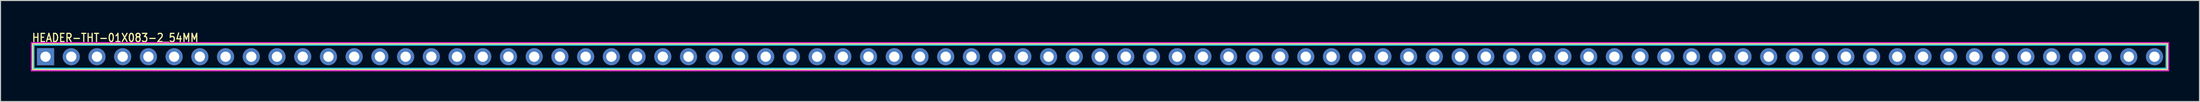
<source format=kicad_pcb>
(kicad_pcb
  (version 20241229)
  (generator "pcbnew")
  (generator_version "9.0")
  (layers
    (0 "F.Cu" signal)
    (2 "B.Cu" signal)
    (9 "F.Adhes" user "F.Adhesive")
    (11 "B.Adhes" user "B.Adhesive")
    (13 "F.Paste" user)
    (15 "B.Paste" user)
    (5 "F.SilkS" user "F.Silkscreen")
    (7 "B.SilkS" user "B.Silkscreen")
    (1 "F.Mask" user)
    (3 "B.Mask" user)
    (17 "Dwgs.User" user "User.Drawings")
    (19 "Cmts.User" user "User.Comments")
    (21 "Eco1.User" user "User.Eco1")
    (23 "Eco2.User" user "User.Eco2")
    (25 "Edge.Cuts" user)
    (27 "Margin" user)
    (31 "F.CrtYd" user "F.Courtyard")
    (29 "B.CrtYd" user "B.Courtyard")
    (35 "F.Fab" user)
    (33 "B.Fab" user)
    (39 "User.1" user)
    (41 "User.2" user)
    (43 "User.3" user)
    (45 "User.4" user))
  (footprint "HEADER-THT-01X083-2_54MM"
    (layer "F.Cu")
    (at 1.447 2.579)
    (property "Reference" "HEADER-THT-01X083-2_54MM" (at -1.4 -1.4 0) (unlocked yes) (layer "F.SilkS") (effects (font (size 0.813 0.695) (thickness 0.122)) (justify left bottom)))
    (fp_line (start -1.27 -1.27) (end -1.27 1.27) (stroke (width 0.127) (type solid)) (layer "F.SilkS"))
    (fp_line (start -1.27 1.27) (end 209.55 1.27) (stroke (width 0.127) (type solid)) (layer "F.SilkS"))
    (fp_line (start 209.55 -1.27) (end -1.27 -1.27) (stroke (width 0.127) (type solid)) (layer "F.SilkS"))
    (fp_line (start 209.55 1.27) (end 209.55 -1.27) (stroke (width 0.127) (type solid)) (layer "F.SilkS"))
    (fp_poly (pts (xy -1.143 -1.143) (xy 209.423 -1.143) (xy 209.423 1.143) (xy -1.143 1.143)) (stroke (width 0.1) (type solid)) (fill no) (layer "B.CrtYd"))
    (fp_poly (pts (xy -1.397 -1.397) (xy 209.677 -1.397) (xy 209.677 1.397) (xy -1.397 1.397)) (stroke (width 0.1) (type solid)) (fill no) (layer "F.CrtYd"))
    (pad "1" thru_hole rect (at 0 0) (size 1.693 1.693) (drill 1.016) (layers "*.Cu" "*.Mask"))
    (pad "2" thru_hole oval (at 2.54 0) (size 1.693 1.693) (drill 1.016) (layers "*.Cu" "*.Mask"))
    (pad "3" thru_hole oval (at 5.08 0) (size 1.693 1.693) (drill 1.016) (layers "*.Cu" "*.Mask"))
    (pad "4" thru_hole oval (at 7.62 0) (size 1.693 1.693) (drill 1.016) (layers "*.Cu" "*.Mask"))
    (pad "5" thru_hole oval (at 10.16 0) (size 1.693 1.693) (drill 1.016) (layers "*.Cu" "*.Mask"))
    (pad "6" thru_hole oval (at 12.7 0) (size 1.693 1.693) (drill 1.016) (layers "*.Cu" "*.Mask"))
    (pad "7" thru_hole oval (at 15.24 0) (size 1.693 1.693) (drill 1.016) (layers "*.Cu" "*.Mask"))
    (pad "8" thru_hole oval (at 17.78 0) (size 1.693 1.693) (drill 1.016) (layers "*.Cu" "*.Mask"))
    (pad "9" thru_hole oval (at 20.32 0) (size 1.693 1.693) (drill 1.016) (layers "*.Cu" "*.Mask"))
    (pad "10" thru_hole oval (at 22.86 0) (size 1.693 1.693) (drill 1.016) (layers "*.Cu" "*.Mask"))
    (pad "11" thru_hole oval (at 25.4 0) (size 1.693 1.693) (drill 1.016) (layers "*.Cu" "*.Mask"))
    (pad "12" thru_hole oval (at 27.94 0) (size 1.693 1.693) (drill 1.016) (layers "*.Cu" "*.Mask"))
    (pad "13" thru_hole oval (at 30.48 0) (size 1.693 1.693) (drill 1.016) (layers "*.Cu" "*.Mask"))
    (pad "14" thru_hole oval (at 33.02 0) (size 1.693 1.693) (drill 1.016) (layers "*.Cu" "*.Mask"))
    (pad "15" thru_hole oval (at 35.56 0) (size 1.693 1.693) (drill 1.016) (layers "*.Cu" "*.Mask"))
    (pad "16" thru_hole oval (at 38.1 0) (size 1.693 1.693) (drill 1.016) (layers "*.Cu" "*.Mask"))
    (pad "17" thru_hole oval (at 40.64 0) (size 1.693 1.693) (drill 1.016) (layers "*.Cu" "*.Mask"))
    (pad "18" thru_hole oval (at 43.18 0) (size 1.693 1.693) (drill 1.016) (layers "*.Cu" "*.Mask"))
    (pad "19" thru_hole oval (at 45.72 0) (size 1.693 1.693) (drill 1.016) (layers "*.Cu" "*.Mask"))
    (pad "20" thru_hole oval (at 48.26 0) (size 1.693 1.693) (drill 1.016) (layers "*.Cu" "*.Mask"))
    (pad "21" thru_hole oval (at 50.8 0) (size 1.693 1.693) (drill 1.016) (layers "*.Cu" "*.Mask"))
    (pad "22" thru_hole oval (at 53.34 0) (size 1.693 1.693) (drill 1.016) (layers "*.Cu" "*.Mask"))
    (pad "23" thru_hole oval (at 55.88 0) (size 1.693 1.693) (drill 1.016) (layers "*.Cu" "*.Mask"))
    (pad "24" thru_hole oval (at 58.42 0) (size 1.693 1.693) (drill 1.016) (layers "*.Cu" "*.Mask"))
    (pad "25" thru_hole oval (at 60.96 0) (size 1.693 1.693) (drill 1.016) (layers "*.Cu" "*.Mask"))
    (pad "26" thru_hole oval (at 63.5 0) (size 1.693 1.693) (drill 1.016) (layers "*.Cu" "*.Mask"))
    (pad "27" thru_hole oval (at 66.04 0) (size 1.693 1.693) (drill 1.016) (layers "*.Cu" "*.Mask"))
    (pad "28" thru_hole oval (at 68.58 0) (size 1.693 1.693) (drill 1.016) (layers "*.Cu" "*.Mask"))
    (pad "29" thru_hole oval (at 71.12 0) (size 1.693 1.693) (drill 1.016) (layers "*.Cu" "*.Mask"))
    (pad "30" thru_hole oval (at 73.66 0) (size 1.693 1.693) (drill 1.016) (layers "*.Cu" "*.Mask"))
    (pad "31" thru_hole oval (at 76.2 0) (size 1.693 1.693) (drill 1.016) (layers "*.Cu" "*.Mask"))
    (pad "32" thru_hole oval (at 78.74 0) (size 1.693 1.693) (drill 1.016) (layers "*.Cu" "*.Mask"))
    (pad "33" thru_hole oval (at 81.28 0) (size 1.693 1.693) (drill 1.016) (layers "*.Cu" "*.Mask"))
    (pad "34" thru_hole oval (at 83.82 0) (size 1.693 1.693) (drill 1.016) (layers "*.Cu" "*.Mask"))
    (pad "35" thru_hole oval (at 86.36 0) (size 1.693 1.693) (drill 1.016) (layers "*.Cu" "*.Mask"))
    (pad "36" thru_hole oval (at 88.9 0) (size 1.693 1.693) (drill 1.016) (layers "*.Cu" "*.Mask"))
    (pad "37" thru_hole oval (at 91.44 0) (size 1.693 1.693) (drill 1.016) (layers "*.Cu" "*.Mask"))
    (pad "38" thru_hole oval (at 93.98 0) (size 1.693 1.693) (drill 1.016) (layers "*.Cu" "*.Mask"))
    (pad "39" thru_hole oval (at 96.52 0) (size 1.693 1.693) (drill 1.016) (layers "*.Cu" "*.Mask"))
    (pad "40" thru_hole oval (at 99.06 0) (size 1.693 1.693) (drill 1.016) (layers "*.Cu" "*.Mask"))
    (pad "41" thru_hole oval (at 101.6 0) (size 1.693 1.693) (drill 1.016) (layers "*.Cu" "*.Mask"))
    (pad "42" thru_hole oval (at 104.14 0) (size 1.693 1.693) (drill 1.016) (layers "*.Cu" "*.Mask"))
    (pad "43" thru_hole oval (at 106.68 0) (size 1.693 1.693) (drill 1.016) (layers "*.Cu" "*.Mask"))
    (pad "44" thru_hole oval (at 109.22 0) (size 1.693 1.693) (drill 1.016) (layers "*.Cu" "*.Mask"))
    (pad "45" thru_hole oval (at 111.76 0) (size 1.693 1.693) (drill 1.016) (layers "*.Cu" "*.Mask"))
    (pad "46" thru_hole oval (at 114.3 0) (size 1.693 1.693) (drill 1.016) (layers "*.Cu" "*.Mask"))
    (pad "47" thru_hole oval (at 116.84 0) (size 1.693 1.693) (drill 1.016) (layers "*.Cu" "*.Mask"))
    (pad "48" thru_hole oval (at 119.38 0) (size 1.693 1.693) (drill 1.016) (layers "*.Cu" "*.Mask"))
    (pad "49" thru_hole oval (at 121.92 0) (size 1.693 1.693) (drill 1.016) (layers "*.Cu" "*.Mask"))
    (pad "50" thru_hole oval (at 124.46 0) (size 1.693 1.693) (drill 1.016) (layers "*.Cu" "*.Mask"))
    (pad "51" thru_hole oval (at 127 0) (size 1.693 1.693) (drill 1.016) (layers "*.Cu" "*.Mask"))
    (pad "52" thru_hole oval (at 129.54 0) (size 1.693 1.693) (drill 1.016) (layers "*.Cu" "*.Mask"))
    (pad "53" thru_hole oval (at 132.08 0) (size 1.693 1.693) (drill 1.016) (layers "*.Cu" "*.Mask"))
    (pad "54" thru_hole oval (at 134.62 0) (size 1.693 1.693) (drill 1.016) (layers "*.Cu" "*.Mask"))
    (pad "55" thru_hole oval (at 137.16 0) (size 1.693 1.693) (drill 1.016) (layers "*.Cu" "*.Mask"))
    (pad "56" thru_hole oval (at 139.7 0) (size 1.693 1.693) (drill 1.016) (layers "*.Cu" "*.Mask"))
    (pad "57" thru_hole oval (at 142.24 0) (size 1.693 1.693) (drill 1.016) (layers "*.Cu" "*.Mask"))
    (pad "58" thru_hole oval (at 144.78 0) (size 1.693 1.693) (drill 1.016) (layers "*.Cu" "*.Mask"))
    (pad "59" thru_hole oval (at 147.32 0) (size 1.693 1.693) (drill 1.016) (layers "*.Cu" "*.Mask"))
    (pad "60" thru_hole oval (at 149.86 0) (size 1.693 1.693) (drill 1.016) (layers "*.Cu" "*.Mask"))
    (pad "61" thru_hole oval (at 152.4 0) (size 1.693 1.693) (drill 1.016) (layers "*.Cu" "*.Mask"))
    (pad "62" thru_hole oval (at 154.94 0) (size 1.693 1.693) (drill 1.016) (layers "*.Cu" "*.Mask"))
    (pad "63" thru_hole oval (at 157.48 0) (size 1.693 1.693) (drill 1.016) (layers "*.Cu" "*.Mask"))
    (pad "64" thru_hole oval (at 160.02 0) (size 1.693 1.693) (drill 1.016) (layers "*.Cu" "*.Mask"))
    (pad "65" thru_hole oval (at 162.56 0) (size 1.693 1.693) (drill 1.016) (layers "*.Cu" "*.Mask"))
    (pad "66" thru_hole oval (at 165.1 0) (size 1.693 1.693) (drill 1.016) (layers "*.Cu" "*.Mask"))
    (pad "67" thru_hole oval (at 167.64 0) (size 1.693 1.693) (drill 1.016) (layers "*.Cu" "*.Mask"))
    (pad "68" thru_hole oval (at 170.18 0) (size 1.693 1.693) (drill 1.016) (layers "*.Cu" "*.Mask"))
    (pad "69" thru_hole oval (at 172.72 0) (size 1.693 1.693) (drill 1.016) (layers "*.Cu" "*.Mask"))
    (pad "70" thru_hole oval (at 175.26 0) (size 1.693 1.693) (drill 1.016) (layers "*.Cu" "*.Mask"))
    (pad "71" thru_hole oval (at 177.8 0) (size 1.693 1.693) (drill 1.016) (layers "*.Cu" "*.Mask"))
    (pad "72" thru_hole oval (at 180.34 0) (size 1.693 1.693) (drill 1.016) (layers "*.Cu" "*.Mask"))
    (pad "73" thru_hole oval (at 182.88 0) (size 1.693 1.693) (drill 1.016) (layers "*.Cu" "*.Mask"))
    (pad "74" thru_hole oval (at 185.42 0) (size 1.693 1.693) (drill 1.016) (layers "*.Cu" "*.Mask"))
    (pad "75" thru_hole oval (at 187.96 0) (size 1.693 1.693) (drill 1.016) (layers "*.Cu" "*.Mask"))
    (pad "76" thru_hole oval (at 190.5 0) (size 1.693 1.693) (drill 1.016) (layers "*.Cu" "*.Mask"))
    (pad "77" thru_hole oval (at 193.04 0) (size 1.693 1.693) (drill 1.016) (layers "*.Cu" "*.Mask"))
    (pad "78" thru_hole oval (at 195.58 0) (size 1.693 1.693) (drill 1.016) (layers "*.Cu" "*.Mask"))
    (pad "79" thru_hole oval (at 198.12 0) (size 1.693 1.693) (drill 1.016) (layers "*.Cu" "*.Mask"))
    (pad "80" thru_hole oval (at 200.66 0) (size 1.693 1.693) (drill 1.016) (layers "*.Cu" "*.Mask"))
    (pad "81" thru_hole oval (at 203.2 0) (size 1.693 1.693) (drill 1.016) (layers "*.Cu" "*.Mask"))
    (pad "82" thru_hole oval (at 205.74 0) (size 1.693 1.693) (drill 1.016) (layers "*.Cu" "*.Mask"))
    (pad "83" thru_hole oval (at 208.28 0) (size 1.693 1.693) (drill 1.016) (layers "*.Cu" "*.Mask")))
  (gr_rect
    (start -3 -3)
    (end 214.174 7.026)
    (stroke (width 0.1) (type default))
    (fill no)
    (layer "Edge.Cuts")))
</source>
